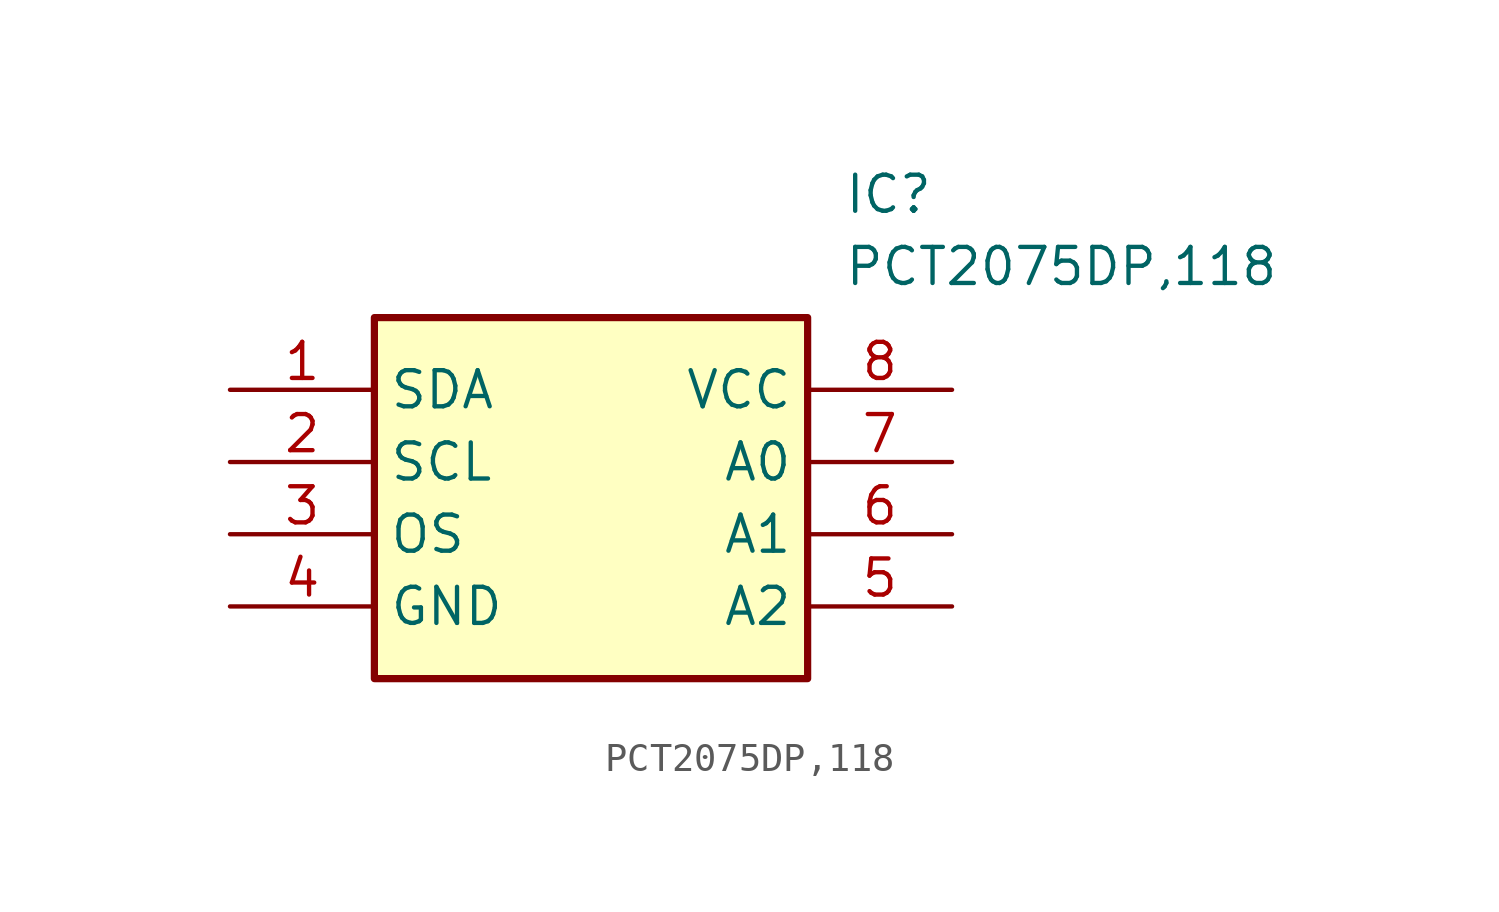
<source format=kicad_sym>
(kicad_symbol_lib
  (version 20211014)
  (generator SamacSys_ECAD_Model)
  (symbol "PCT2075DP,118"
    (property "Reference" "IC"
      (at 21.59 7.62 0)
      (effects (font (size 1.27 1.27)) (justify left top)))
    (property "Value" "PCT2075DP,118"
      (at 21.59 5.08 0)
      (effects (font (size 1.27 1.27)) (justify left top)))
    (rectangle
      (start 5.08 2.54)
      (end 20.32 -10.16)
      (stroke (width 0.254) (type default))
      (fill (type background)))
    (pin passive line
      (at 0 0 0)
      (length 5.08)
      (name "SDA" (effects (font (size 1.27 1.27))))
      (number "1" (effects (font (size 1.27 1.27)))))
    (pin passive line
      (at 0 -2.54 0)
      (length 5.08)
      (name "SCL" (effects (font (size 1.27 1.27))))
      (number "2" (effects (font (size 1.27 1.27)))))
    (pin passive line
      (at 0 -5.08 0)
      (length 5.08)
      (name "OS" (effects (font (size 1.27 1.27))))
      (number "3" (effects (font (size 1.27 1.27)))))
    (pin passive line
      (at 0 -7.62 0)
      (length 5.08)
      (name "GND" (effects (font (size 1.27 1.27))))
      (number "4" (effects (font (size 1.27 1.27)))))
    (pin passive line
      (at 25.4 0 180)
      (length 5.08)
      (name "VCC" (effects (font (size 1.27 1.27))))
      (number "8" (effects (font (size 1.27 1.27)))))
    (pin passive line
      (at 25.4 -2.54 180)
      (length 5.08)
      (name "A0" (effects (font (size 1.27 1.27))))
      (number "7" (effects (font (size 1.27 1.27)))))
    (pin passive line
      (at 25.4 -5.08 180)
      (length 5.08)
      (name "A1" (effects (font (size 1.27 1.27))))
      (number "6" (effects (font (size 1.27 1.27)))))
    (pin passive line
      (at 25.4 -7.62 180)
      (length 5.08)
      (name "A2" (effects (font (size 1.27 1.27))))
      (number "5" (effects (font (size 1.27 1.27)))))))
</source>
